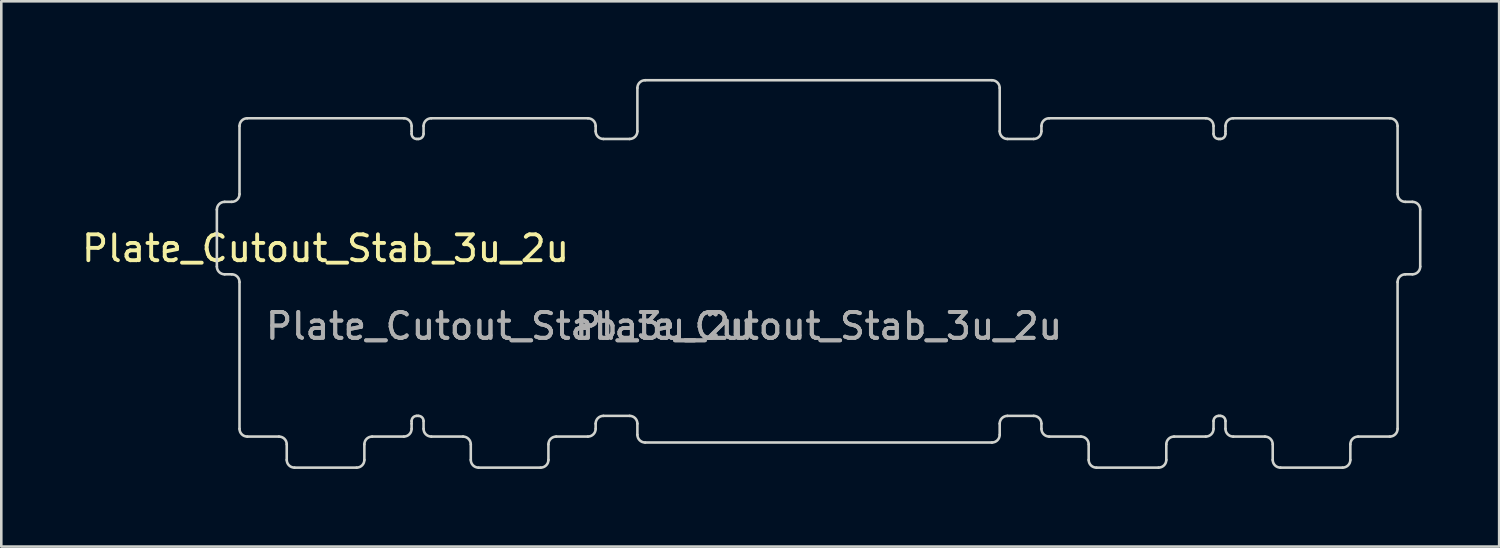
<source format=kicad_pcb>
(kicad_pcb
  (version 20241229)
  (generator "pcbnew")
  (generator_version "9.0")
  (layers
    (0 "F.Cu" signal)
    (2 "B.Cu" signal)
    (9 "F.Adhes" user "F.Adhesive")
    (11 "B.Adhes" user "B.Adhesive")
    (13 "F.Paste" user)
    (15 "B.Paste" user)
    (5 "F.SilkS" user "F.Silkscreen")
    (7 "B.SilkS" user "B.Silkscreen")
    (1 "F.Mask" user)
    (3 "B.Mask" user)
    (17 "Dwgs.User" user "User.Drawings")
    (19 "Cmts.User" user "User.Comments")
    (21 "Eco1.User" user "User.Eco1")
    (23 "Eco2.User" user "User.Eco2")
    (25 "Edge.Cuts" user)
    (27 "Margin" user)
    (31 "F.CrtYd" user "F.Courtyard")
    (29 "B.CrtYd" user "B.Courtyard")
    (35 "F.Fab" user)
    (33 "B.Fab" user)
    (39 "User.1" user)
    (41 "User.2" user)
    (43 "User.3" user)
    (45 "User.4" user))
  (footprint "Plate_Cutout_Stab_3u_2u"
    (layer "F.Cu")
    (at 28.58 7.05)
    (property "Reference" "Plate_Cutout_Stab_3u_2u" (at -19.05 -0.5 0) (unlocked yes) (layer "F.SilkS") (effects (font (size 1 1) (thickness 0.15))))
    (attr through_hole)
    (fp_line (start -23.25 -2) (end -23.25 0.2) (stroke (width 0.1) (type default)) (layer "Edge.Cuts"))
    (fp_line (start -22.95 0.5) (end -22.675 0.5) (stroke (width 0.1) (type default)) (layer "Edge.Cuts"))
    (fp_line (start -22.675 -2.3) (end -22.95 -2.3) (stroke (width 0.1) (type default)) (layer "Edge.Cuts"))
    (fp_line (start -22.375 -2.6) (end -22.375 -5.23) (stroke (width 0.1) (type default)) (layer "Edge.Cuts"))
    (fp_line (start -22.375 0.8) (end -22.375 6.47) (stroke (width 0.1) (type default)) (layer "Edge.Cuts"))
    (fp_line (start -22.075 -5.53) (end -16.025 -5.53) (stroke (width 0.1) (type default)) (layer "Edge.Cuts"))
    (fp_line (start -22.075 6.77) (end -20.85 6.77) (stroke (width 0.1) (type default)) (layer "Edge.Cuts"))
    (fp_line (start -20.55 7.07) (end -20.55 7.67) (stroke (width 0.1) (type default)) (layer "Edge.Cuts"))
    (fp_line (start -20.25 7.97) (end -17.85 7.97) (stroke (width 0.1) (type default)) (layer "Edge.Cuts"))
    (fp_line (start -17.55 7.67) (end -17.55 7.07) (stroke (width 0.1) (type default)) (layer "Edge.Cuts"))
    (fp_line (start -17.25 6.77) (end -16.025 6.77) (stroke (width 0.1) (type default)) (layer "Edge.Cuts"))
    (fp_line (start -15.725 -5.23) (end -15.725 -5.03) (stroke (width 0.1) (type default)) (layer "Edge.Cuts"))
    (fp_line (start -15.725 -5.03) (end -15.725 -4.93) (stroke (width 0.1) (type default)) (layer "Edge.Cuts"))
    (fp_line (start -15.725 6.27) (end -15.725 6.17) (stroke (width 0.1) (type default)) (layer "Edge.Cuts"))
    (fp_line (start -15.725 6.47) (end -15.725 6.27) (stroke (width 0.1) (type default)) (layer "Edge.Cuts"))
    (fp_line (start -15.525 5.97) (end -15.463 5.97) (stroke (width 0.1) (type default)) (layer "Edge.Cuts"))
    (fp_line (start -15.463 -4.73) (end -15.525 -4.73) (stroke (width 0.1) (type default)) (layer "Edge.Cuts"))
    (fp_line (start -15.263 -5.23) (end -15.263 -4.93) (stroke (width 0.1) (type default)) (layer "Edge.Cuts"))
    (fp_line (start -15.263 6.47) (end -15.263 6.17) (stroke (width 0.1) (type solid)) (layer "Edge.Cuts"))
    (fp_line (start -14.963 -5.53) (end -8.913 -5.53) (stroke (width 0.1) (type default)) (layer "Edge.Cuts"))
    (fp_line (start -14.963 6.77) (end -13.738 6.77) (stroke (width 0.1) (type default)) (layer "Edge.Cuts"))
    (fp_line (start -13.438 7.07) (end -13.438 7.67) (stroke (width 0.1) (type default)) (layer "Edge.Cuts"))
    (fp_line (start -13.138 7.97) (end -10.738 7.97) (stroke (width 0.1) (type default)) (layer "Edge.Cuts"))
    (fp_line (start -10.438 7.67) (end -10.438 7.07) (stroke (width 0.1) (type default)) (layer "Edge.Cuts"))
    (fp_line (start -10.138 6.77) (end -8.913 6.77) (stroke (width 0.1) (type default)) (layer "Edge.Cuts"))
    (fp_line (start -8.613 -5.23) (end -8.613 -5.03) (stroke (width 0.1) (type default)) (layer "Edge.Cuts"))
    (fp_line (start -8.613 6.47) (end -8.613 6.27) (stroke (width 0.1) (type default)) (layer "Edge.Cuts"))
    (fp_line (start -8.313 -4.73) (end -7.3 -4.73) (stroke (width 0.1) (type solid)) (layer "Edge.Cuts"))
    (fp_line (start -8.313 5.97) (end -7.3 5.97) (stroke (width 0.1) (type default)) (layer "Edge.Cuts"))
    (fp_line (start -7 -6.7) (end -7 -5.03) (stroke (width 0.1) (type default)) (layer "Edge.Cuts"))
    (fp_line (start -7 6.7) (end -7 6.27) (stroke (width 0.1) (type default)) (layer "Edge.Cuts"))
    (fp_line (start -6.7 -7) (end 6.7 -7) (stroke (width 0.1) (type solid)) (layer "Edge.Cuts"))
    (fp_line (start -6.7 7) (end 6.7 7) (stroke (width 0.1) (type solid)) (layer "Edge.Cuts"))
    (fp_line (start 7 -6.7) (end 7 -5.03) (stroke (width 0.1) (type default)) (layer "Edge.Cuts"))
    (fp_line (start 7 6.7) (end 7 6.27) (stroke (width 0.1) (type default)) (layer "Edge.Cuts"))
    (fp_line (start 8.313 -4.73) (end 7.3 -4.73) (stroke (width 0.1) (type solid)) (layer "Edge.Cuts"))
    (fp_line (start 8.313 5.97) (end 7.3 5.97) (stroke (width 0.1) (type default)) (layer "Edge.Cuts"))
    (fp_line (start 8.613 -5.03) (end 8.613 -5.23) (stroke (width 0.1) (type default)) (layer "Edge.Cuts"))
    (fp_line (start 8.613 6.47) (end 8.613 6.27) (stroke (width 0.1) (type default)) (layer "Edge.Cuts"))
    (fp_line (start 8.913 -5.53) (end 14.963 -5.53) (stroke (width 0.1) (type default)) (layer "Edge.Cuts"))
    (fp_line (start 10.138 6.77) (end 8.913 6.77) (stroke (width 0.1) (type default)) (layer "Edge.Cuts"))
    (fp_line (start 10.438 7.67) (end 10.438 7.07) (stroke (width 0.1) (type default)) (layer "Edge.Cuts"))
    (fp_line (start 13.138 7.97) (end 10.738 7.97) (stroke (width 0.1) (type default)) (layer "Edge.Cuts"))
    (fp_line (start 13.438 7.07) (end 13.438 7.67) (stroke (width 0.1) (type default)) (layer "Edge.Cuts"))
    (fp_line (start 14.963 6.77) (end 13.738 6.77) (stroke (width 0.1) (type default)) (layer "Edge.Cuts"))
    (fp_line (start 15.263 -5.23) (end 15.263 -4.93) (stroke (width 0.1) (type default)) (layer "Edge.Cuts"))
    (fp_line (start 15.263 6.17) (end 15.263 6.47) (stroke (width 0.1) (type default)) (layer "Edge.Cuts"))
    (fp_line (start 15.463 -4.73) (end 15.525 -4.73) (stroke (width 0.1) (type default)) (layer "Edge.Cuts"))
    (fp_line (start 15.525 5.97) (end 15.463 5.97) (stroke (width 0.1) (type default)) (layer "Edge.Cuts"))
    (fp_line (start 15.725 -5.03) (end 15.725 -5.23) (stroke (width 0.1) (type default)) (layer "Edge.Cuts"))
    (fp_line (start 15.725 -5.03) (end 15.725 -4.93) (stroke (width 0.1) (type default)) (layer "Edge.Cuts"))
    (fp_line (start 15.725 6.17) (end 15.725 6.47) (stroke (width 0.1) (type default)) (layer "Edge.Cuts"))
    (fp_line (start 16.025 -5.53) (end 22.075 -5.53) (stroke (width 0.1) (type default)) (layer "Edge.Cuts"))
    (fp_line (start 17.25 6.77) (end 16.025 6.77) (stroke (width 0.1) (type default)) (layer "Edge.Cuts"))
    (fp_line (start 17.55 7.67) (end 17.55 7.07) (stroke (width 0.1) (type default)) (layer "Edge.Cuts"))
    (fp_line (start 20.25 7.97) (end 17.85 7.97) (stroke (width 0.1) (type default)) (layer "Edge.Cuts"))
    (fp_line (start 20.55 7.07) (end 20.55 7.67) (stroke (width 0.1) (type default)) (layer "Edge.Cuts"))
    (fp_line (start 22.075 6.77) (end 20.85 6.77) (stroke (width 0.1) (type default)) (layer "Edge.Cuts"))
    (fp_line (start 22.375 -5.23) (end 22.375 -2.6) (stroke (width 0.1) (type default)) (layer "Edge.Cuts"))
    (fp_line (start 22.375 0.8) (end 22.375 6.47) (stroke (width 0.1) (type default)) (layer "Edge.Cuts"))
    (fp_line (start 22.675 -2.3) (end 22.95 -2.3) (stroke (width 0.1) (type default)) (layer "Edge.Cuts"))
    (fp_line (start 22.95 0.5) (end 22.675 0.5) (stroke (width 0.1) (type default)) (layer "Edge.Cuts"))
    (fp_line (start 23.25 -2) (end 23.25 0.2) (stroke (width 0.1) (type default)) (layer "Edge.Cuts"))
    (fp_arc (start -23.25 -2) (mid -23.162132 -2.212132) (end -22.95 -2.3) (stroke (width 0.1) (type default)) (layer "Edge.Cuts"))
    (fp_arc (start -22.95 0.5) (mid -23.162132 0.412132) (end -23.25 0.2) (stroke (width 0.1) (type default)) (layer "Edge.Cuts"))
    (fp_arc (start -22.675 0.5) (mid -22.462868 0.587868) (end -22.375 0.8) (stroke (width 0.1) (type default)) (layer "Edge.Cuts"))
    (fp_arc (start -22.375 -5.23) (mid -22.287132 -5.442132) (end -22.075 -5.53) (stroke (width 0.1) (type default)) (layer "Edge.Cuts"))
    (fp_arc (start -22.375 -2.6) (mid -22.462868 -2.387868) (end -22.675 -2.3) (stroke (width 0.1) (type default)) (layer "Edge.Cuts"))
    (fp_arc (start -22.075 6.77) (mid -22.287132 6.682132) (end -22.375 6.47) (stroke (width 0.1) (type default)) (layer "Edge.Cuts"))
    (fp_arc (start -20.85 6.77) (mid -20.637868 6.857868) (end -20.55 7.07) (stroke (width 0.1) (type default)) (layer "Edge.Cuts"))
    (fp_arc (start -20.25 7.97) (mid -20.462132 7.882132) (end -20.55 7.67) (stroke (width 0.1) (type default)) (layer "Edge.Cuts"))
    (fp_arc (start -17.55 7.07) (mid -17.462132 6.857868) (end -17.25 6.77) (stroke (width 0.1) (type default)) (layer "Edge.Cuts"))
    (fp_arc (start -17.55 7.67) (mid -17.637868 7.882132) (end -17.85 7.97) (stroke (width 0.1) (type default)) (layer "Edge.Cuts"))
    (fp_arc (start -16.025 -5.53) (mid -15.812868 -5.442132) (end -15.725 -5.23) (stroke (width 0.1) (type default)) (layer "Edge.Cuts"))
    (fp_arc (start -15.725 6.17) (mid -15.666421 6.028579) (end -15.525 5.97) (stroke (width 0.1) (type default)) (layer "Edge.Cuts"))
    (fp_arc (start -15.725 6.47) (mid -15.812868 6.682132) (end -16.025 6.77) (stroke (width 0.1) (type default)) (layer "Edge.Cuts"))
    (fp_arc (start -15.525 -4.73) (mid -15.666421 -4.788579) (end -15.725 -4.93) (stroke (width 0.1) (type default)) (layer "Edge.Cuts"))
    (fp_arc (start -15.463 5.97) (mid -15.321579 6.028579) (end -15.263 6.17) (stroke (width 0.1) (type default)) (layer "Edge.Cuts"))
    (fp_arc (start -15.263 -5.23) (mid -15.175132 -5.442132) (end -14.963 -5.53) (stroke (width 0.1) (type default)) (layer "Edge.Cuts"))
    (fp_arc (start -15.263 -4.93) (mid -15.321579 -4.788579) (end -15.463 -4.73) (stroke (width 0.1) (type default)) (layer "Edge.Cuts"))
    (fp_arc (start -14.963 6.77) (mid -15.175132 6.682132) (end -15.263 6.47) (stroke (width 0.1) (type default)) (layer "Edge.Cuts"))
    (fp_arc (start -13.738 6.77) (mid -13.525868 6.857868) (end -13.438 7.07) (stroke (width 0.1) (type default)) (layer "Edge.Cuts"))
    (fp_arc (start -13.138 7.97) (mid -13.350132 7.882132) (end -13.438 7.67) (stroke (width 0.1) (type default)) (layer "Edge.Cuts"))
    (fp_arc (start -10.438 7.07) (mid -10.350132 6.857868) (end -10.138 6.77) (stroke (width 0.1) (type default)) (layer "Edge.Cuts"))
    (fp_arc (start -10.438 7.67) (mid -10.525868 7.882132) (end -10.738 7.97) (stroke (width 0.1) (type default)) (layer "Edge.Cuts"))
    (fp_arc (start -8.913 -5.53) (mid -8.700868 -5.442132) (end -8.613 -5.23) (stroke (width 0.1) (type default)) (layer "Edge.Cuts"))
    (fp_arc (start -8.613 6.27) (mid -8.525132 6.057868) (end -8.313 5.97) (stroke (width 0.1) (type default)) (layer "Edge.Cuts"))
    (fp_arc (start -8.613 6.47) (mid -8.700868 6.682132) (end -8.913 6.77) (stroke (width 0.1) (type default)) (layer "Edge.Cuts"))
    (fp_arc (start -8.313 -4.73) (mid -8.525132 -4.817868) (end -8.613 -5.03) (stroke (width 0.1) (type default)) (layer "Edge.Cuts"))
    (fp_arc (start -7.3 5.97) (mid -7.087868 6.057868) (end -7 6.27) (stroke (width 0.1) (type default)) (layer "Edge.Cuts"))
    (fp_arc (start -7 -6.7) (mid -6.912132 -6.912132) (end -6.7 -7) (stroke (width 0.1) (type default)) (layer "Edge.Cuts"))
    (fp_arc (start -7 -5.03) (mid -7.087868 -4.817868) (end -7.3 -4.73) (stroke (width 0.1) (type default)) (layer "Edge.Cuts"))
    (fp_arc (start -6.7 7) (mid -6.912132 6.912132) (end -7 6.7) (stroke (width 0.1) (type default)) (layer "Edge.Cuts"))
    (fp_arc (start 6.7 -7) (mid 6.912132 -6.912132) (end 7 -6.7) (stroke (width 0.1) (type default)) (layer "Edge.Cuts"))
    (fp_arc (start 7 6.27) (mid 7.087868 6.057868) (end 7.3 5.97) (stroke (width 0.1) (type default)) (layer "Edge.Cuts"))
    (fp_arc (start 7 6.7) (mid 6.912132 6.912132) (end 6.7 7) (stroke (width 0.1) (type default)) (layer "Edge.Cuts"))
    (fp_arc (start 7.3 -4.73) (mid 7.087868 -4.817868) (end 7 -5.03) (stroke (width 0.1) (type default)) (layer "Edge.Cuts"))
    (fp_arc (start 8.313 5.97) (mid 8.525132 6.057868) (end 8.613 6.27) (stroke (width 0.1) (type default)) (layer "Edge.Cuts"))
    (fp_arc (start 8.613 -5.23) (mid 8.700868 -5.442132) (end 8.913 -5.53) (stroke (width 0.1) (type default)) (layer "Edge.Cuts"))
    (fp_arc (start 8.613 -5.03) (mid 8.525132 -4.817868) (end 8.313 -4.73) (stroke (width 0.1) (type default)) (layer "Edge.Cuts"))
    (fp_arc (start 8.913 6.77) (mid 8.700868 6.682132) (end 8.613 6.47) (stroke (width 0.1) (type default)) (layer "Edge.Cuts"))
    (fp_arc (start 10.138 6.77) (mid 10.350132 6.857868) (end 10.438 7.07) (stroke (width 0.1) (type default)) (layer "Edge.Cuts"))
    (fp_arc (start 10.738 7.97) (mid 10.525868 7.882132) (end 10.438 7.67) (stroke (width 0.1) (type default)) (layer "Edge.Cuts"))
    (fp_arc (start 13.438 7.07) (mid 13.525868 6.857868) (end 13.738 6.77) (stroke (width 0.1) (type default)) (layer "Edge.Cuts"))
    (fp_arc (start 13.438 7.67) (mid 13.350132 7.882132) (end 13.138 7.97) (stroke (width 0.1) (type default)) (layer "Edge.Cuts"))
    (fp_arc (start 14.963 -5.53) (mid 15.175132 -5.442132) (end 15.263 -5.23) (stroke (width 0.1) (type default)) (layer "Edge.Cuts"))
    (fp_arc (start 15.263 6.17) (mid 15.321579 6.028579) (end 15.463 5.97) (stroke (width 0.1) (type default)) (layer "Edge.Cuts"))
    (fp_arc (start 15.263 6.47) (mid 15.175132 6.682132) (end 14.963 6.77) (stroke (width 0.1) (type default)) (layer "Edge.Cuts"))
    (fp_arc (start 15.463 -4.73) (mid 15.321594 -4.788581) (end 15.263 -4.93) (stroke (width 0.1) (type default)) (layer "Edge.Cuts"))
    (fp_arc (start 15.525 5.97) (mid 15.666421 6.028579) (end 15.725 6.17) (stroke (width 0.1) (type default)) (layer "Edge.Cuts"))
    (fp_arc (start 15.725 -5.23) (mid 15.812868 -5.442132) (end 16.025 -5.53) (stroke (width 0.1) (type default)) (layer "Edge.Cuts"))
    (fp_arc (start 15.725 -4.93) (mid 15.666437 -4.788551) (end 15.525 -4.73) (stroke (width 0.1) (type default)) (layer "Edge.Cuts"))
    (fp_arc (start 16.025 6.77) (mid 15.812868 6.682132) (end 15.725 6.47) (stroke (width 0.1) (type default)) (layer "Edge.Cuts"))
    (fp_arc (start 17.25 6.77) (mid 17.462132 6.857868) (end 17.55 7.07) (stroke (width 0.1) (type default)) (layer "Edge.Cuts"))
    (fp_arc (start 17.85 7.97) (mid 17.637868 7.882132) (end 17.55 7.67) (stroke (width 0.1) (type default)) (layer "Edge.Cuts"))
    (fp_arc (start 20.55 7.07) (mid 20.637868 6.857868) (end 20.85 6.77) (stroke (width 0.1) (type default)) (layer "Edge.Cuts"))
    (fp_arc (start 20.55 7.67) (mid 20.462132 7.882132) (end 20.25 7.97) (stroke (width 0.1) (type default)) (layer "Edge.Cuts"))
    (fp_arc (start 22.075 -5.53) (mid 22.287132 -5.442132) (end 22.375 -5.23) (stroke (width 0.1) (type default)) (layer "Edge.Cuts"))
    (fp_arc (start 22.375 0.8) (mid 22.462868 0.587868) (end 22.675 0.5) (stroke (width 0.1) (type default)) (layer "Edge.Cuts"))
    (fp_arc (start 22.375 6.47) (mid 22.287132 6.682132) (end 22.075 6.77) (stroke (width 0.1) (type default)) (layer "Edge.Cuts"))
    (fp_arc (start 22.675 -2.3) (mid 22.462868 -2.387868) (end 22.375 -2.6) (stroke (width 0.1) (type default)) (layer "Edge.Cuts"))
    (fp_arc (start 22.95 -2.3) (mid 23.162132 -2.212132) (end 23.25 -2) (stroke (width 0.1) (type default)) (layer "Edge.Cuts"))
    (fp_arc (start 23.25 0.2) (mid 23.162132 0.412132) (end 22.95 0.5) (stroke (width 0.1) (type default)) (layer "Edge.Cuts"))
    (fp_text user "${REFERENCE}" (at 0 2.5 0) (unlocked yes) (layer "F.Fab") (effects (font (size 1 1) (thickness 0.15))))
    (fp_text user "${REFERENCE}" (at 0 2.5 0) (unlocked yes) (layer "F.Fab") (effects (font (size 1 1) (thickness 0.15))))
    (fp_text user "${REFERENCE}" (at -11.938 2.5 0) (unlocked yes) (layer "F.Fab") (effects (font (size 1 1) (thickness 0.15))))
    (fp_text user "${REFERENCE}" (at -11.938 2.5 0) (unlocked yes) (layer "F.Fab") (effects (font (size 1 1) (thickness 0.15)))))
  (gr_rect
    (start -3 -3)
    (end 54.88 18.07)
    (stroke (width 0.1) (type default))
    (fill no)
    (layer "Edge.Cuts")))
</source>
